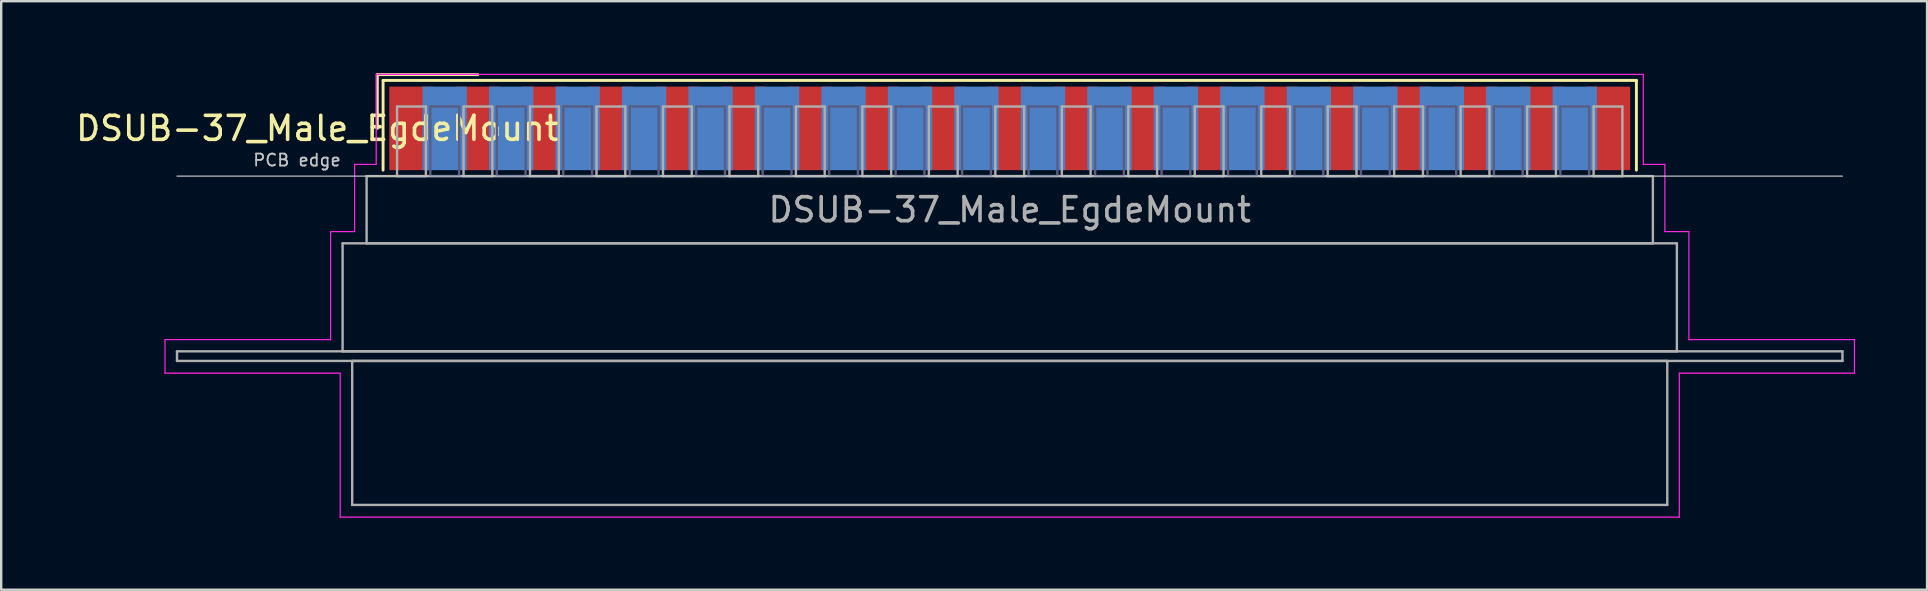
<source format=kicad_pcb>
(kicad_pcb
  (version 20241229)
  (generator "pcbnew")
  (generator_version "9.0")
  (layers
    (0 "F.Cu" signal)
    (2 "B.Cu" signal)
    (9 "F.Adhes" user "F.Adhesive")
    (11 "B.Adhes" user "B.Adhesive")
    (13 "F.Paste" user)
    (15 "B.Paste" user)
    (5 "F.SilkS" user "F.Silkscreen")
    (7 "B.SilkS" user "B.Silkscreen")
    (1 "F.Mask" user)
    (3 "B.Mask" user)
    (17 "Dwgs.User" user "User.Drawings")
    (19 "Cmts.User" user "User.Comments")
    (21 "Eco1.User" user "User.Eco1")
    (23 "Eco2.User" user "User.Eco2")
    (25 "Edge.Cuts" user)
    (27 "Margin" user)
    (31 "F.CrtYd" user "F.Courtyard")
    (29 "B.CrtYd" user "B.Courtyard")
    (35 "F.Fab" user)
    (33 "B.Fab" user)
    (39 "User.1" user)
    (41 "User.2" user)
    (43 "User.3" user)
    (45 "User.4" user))
  (footprint "DSUB-37_Male_EgdeMount"
    (layer "F.Cu")
    (at 39.026 2.3)
    (property "Reference" "DSUB-37_Male_EgdeMount" (at -28.853 0 0) (layer "F.SilkS") (effects (font (size 1 1) (thickness 0.15))))
    (attr smd)
    (fp_line (start -26.353 -2.24) (end -22.16 -2.24) (stroke (width 0.12) (type solid)) (layer "F.SilkS"))
    (fp_line (start -26.353 0) (end -26.353 -2.24) (stroke (width 0.12) (type solid)) (layer "F.SilkS"))
    (fp_line (start -26.113 -2) (end -26.113 1.74) (stroke (width 0.12) (type solid)) (layer "F.SilkS"))
    (fp_line (start 26.113 -2) (end -26.113 -2) (stroke (width 0.12) (type solid)) (layer "F.SilkS"))
    (fp_line (start 26.113 1.74) (end 26.113 -2) (stroke (width 0.12) (type solid)) (layer "F.SilkS"))
    (fp_line (start -34.7 1.99) (end 34.7 1.99) (stroke (width 0.05) (type solid)) (layer "Dwgs.User"))
    (fp_line (start -35.2 8.8) (end -28.3 8.8) (stroke (width 0.05) (type solid)) (layer "F.CrtYd"))
    (fp_line (start -35.2 10.2) (end -35.2 8.8) (stroke (width 0.05) (type solid)) (layer "F.CrtYd"))
    (fp_line (start -28.3 4.3) (end -27.3 4.3) (stroke (width 0.05) (type solid)) (layer "F.CrtYd"))
    (fp_line (start -28.3 8.8) (end -28.3 4.3) (stroke (width 0.05) (type solid)) (layer "F.CrtYd"))
    (fp_line (start -27.9 10.2) (end -35.2 10.2) (stroke (width 0.05) (type solid)) (layer "F.CrtYd"))
    (fp_line (start -27.9 16.2) (end -27.9 10.2) (stroke (width 0.05) (type solid)) (layer "F.CrtYd"))
    (fp_line (start -27.3 1.5) (end -26.4 1.5) (stroke (width 0.05) (type solid)) (layer "F.CrtYd"))
    (fp_line (start -27.3 4.3) (end -27.3 1.5) (stroke (width 0.05) (type solid)) (layer "F.CrtYd"))
    (fp_line (start -26.4 -2.25) (end 26.4 -2.25) (stroke (width 0.05) (type solid)) (layer "F.CrtYd"))
    (fp_line (start -26.4 1.5) (end -26.4 -2.25) (stroke (width 0.05) (type solid)) (layer "F.CrtYd"))
    (fp_line (start 26.4 -2.25) (end 26.4 1.5) (stroke (width 0.05) (type solid)) (layer "F.CrtYd"))
    (fp_line (start 26.4 1.5) (end 27.3 1.5) (stroke (width 0.05) (type solid)) (layer "F.CrtYd"))
    (fp_line (start 27.3 1.5) (end 27.3 4.3) (stroke (width 0.05) (type solid)) (layer "F.CrtYd"))
    (fp_line (start 27.3 4.3) (end 28.3 4.3) (stroke (width 0.05) (type solid)) (layer "F.CrtYd"))
    (fp_line (start 27.9 10.2) (end 27.9 16.2) (stroke (width 0.05) (type solid)) (layer "F.CrtYd"))
    (fp_line (start 27.9 16.2) (end -27.9 16.2) (stroke (width 0.05) (type solid)) (layer "F.CrtYd"))
    (fp_line (start 28.3 4.3) (end 28.3 8.8) (stroke (width 0.05) (type solid)) (layer "F.CrtYd"))
    (fp_line (start 28.3 8.8) (end 35.2 8.8) (stroke (width 0.05) (type solid)) (layer "F.CrtYd"))
    (fp_line (start 35.2 8.8) (end 35.2 10.2) (stroke (width 0.05) (type solid)) (layer "F.CrtYd"))
    (fp_line (start 35.2 10.2) (end 27.9 10.2) (stroke (width 0.05) (type solid)) (layer "F.CrtYd"))
    (fp_line (start -24.145 -0.91) (end -24.145 1.99) (stroke (width 0.1) (type solid)) (layer "B.Fab"))
    (fp_line (start -24.145 1.99) (end -22.945 1.99) (stroke (width 0.1) (type solid)) (layer "B.Fab"))
    (fp_line (start -22.945 -0.91) (end -24.145 -0.91) (stroke (width 0.1) (type solid)) (layer "B.Fab"))
    (fp_line (start -22.945 1.99) (end -22.945 -0.91) (stroke (width 0.1) (type solid)) (layer "B.Fab"))
    (fp_line (start -21.375 -0.91) (end -21.375 1.99) (stroke (width 0.1) (type solid)) (layer "B.Fab"))
    (fp_line (start -21.375 1.99) (end -20.175 1.99) (stroke (width 0.1) (type solid)) (layer "B.Fab"))
    (fp_line (start -20.175 -0.91) (end -21.375 -0.91) (stroke (width 0.1) (type solid)) (layer "B.Fab"))
    (fp_line (start -20.175 1.99) (end -20.175 -0.91) (stroke (width 0.1) (type solid)) (layer "B.Fab"))
    (fp_line (start -18.605 -0.91) (end -18.605 1.99) (stroke (width 0.1) (type solid)) (layer "B.Fab"))
    (fp_line (start -18.605 1.99) (end -17.405 1.99) (stroke (width 0.1) (type solid)) (layer "B.Fab"))
    (fp_line (start -17.405 -0.91) (end -18.605 -0.91) (stroke (width 0.1) (type solid)) (layer "B.Fab"))
    (fp_line (start -17.405 1.99) (end -17.405 -0.91) (stroke (width 0.1) (type solid)) (layer "B.Fab"))
    (fp_line (start -15.835 -0.91) (end -15.835 1.99) (stroke (width 0.1) (type solid)) (layer "B.Fab"))
    (fp_line (start -15.835 1.99) (end -14.635 1.99) (stroke (width 0.1) (type solid)) (layer "B.Fab"))
    (fp_line (start -14.635 -0.91) (end -15.835 -0.91) (stroke (width 0.1) (type solid)) (layer "B.Fab"))
    (fp_line (start -14.635 1.99) (end -14.635 -0.91) (stroke (width 0.1) (type solid)) (layer "B.Fab"))
    (fp_line (start -13.065 -0.91) (end -13.065 1.99) (stroke (width 0.1) (type solid)) (layer "B.Fab"))
    (fp_line (start -13.065 1.99) (end -11.865 1.99) (stroke (width 0.1) (type solid)) (layer "B.Fab"))
    (fp_line (start -11.865 -0.91) (end -13.065 -0.91) (stroke (width 0.1) (type solid)) (layer "B.Fab"))
    (fp_line (start -11.865 1.99) (end -11.865 -0.91) (stroke (width 0.1) (type solid)) (layer "B.Fab"))
    (fp_line (start -10.295 -0.91) (end -10.295 1.99) (stroke (width 0.1) (type solid)) (layer "B.Fab"))
    (fp_line (start -10.295 1.99) (end -9.095 1.99) (stroke (width 0.1) (type solid)) (layer "B.Fab"))
    (fp_line (start -9.095 -0.91) (end -10.295 -0.91) (stroke (width 0.1) (type solid)) (layer "B.Fab"))
    (fp_line (start -9.095 1.99) (end -9.095 -0.91) (stroke (width 0.1) (type solid)) (layer "B.Fab"))
    (fp_line (start -7.525 -0.91) (end -7.525 1.99) (stroke (width 0.1) (type solid)) (layer "B.Fab"))
    (fp_line (start -7.525 1.99) (end -6.325 1.99) (stroke (width 0.1) (type solid)) (layer "B.Fab"))
    (fp_line (start -6.325 -0.91) (end -7.525 -0.91) (stroke (width 0.1) (type solid)) (layer "B.Fab"))
    (fp_line (start -6.325 1.99) (end -6.325 -0.91) (stroke (width 0.1) (type solid)) (layer "B.Fab"))
    (fp_line (start -4.755 -0.91) (end -4.755 1.99) (stroke (width 0.1) (type solid)) (layer "B.Fab"))
    (fp_line (start -4.755 1.99) (end -3.555 1.99) (stroke (width 0.1) (type solid)) (layer "B.Fab"))
    (fp_line (start -3.555 -0.91) (end -4.755 -0.91) (stroke (width 0.1) (type solid)) (layer "B.Fab"))
    (fp_line (start -3.555 1.99) (end -3.555 -0.91) (stroke (width 0.1) (type solid)) (layer "B.Fab"))
    (fp_line (start -1.985 -0.91) (end -1.985 1.99) (stroke (width 0.1) (type solid)) (layer "B.Fab"))
    (fp_line (start -1.985 1.99) (end -0.785 1.99) (stroke (width 0.1) (type solid)) (layer "B.Fab"))
    (fp_line (start -0.785 -0.91) (end -1.985 -0.91) (stroke (width 0.1) (type solid)) (layer "B.Fab"))
    (fp_line (start -0.785 1.99) (end -0.785 -0.91) (stroke (width 0.1) (type solid)) (layer "B.Fab"))
    (fp_line (start 0.785 -0.91) (end 0.785 1.99) (stroke (width 0.1) (type solid)) (layer "B.Fab"))
    (fp_line (start 0.785 1.99) (end 1.985 1.99) (stroke (width 0.1) (type solid)) (layer "B.Fab"))
    (fp_line (start 1.985 -0.91) (end 0.785 -0.91) (stroke (width 0.1) (type solid)) (layer "B.Fab"))
    (fp_line (start 1.985 1.99) (end 1.985 -0.91) (stroke (width 0.1) (type solid)) (layer "B.Fab"))
    (fp_line (start 3.555 -0.91) (end 3.555 1.99) (stroke (width 0.1) (type solid)) (layer "B.Fab"))
    (fp_line (start 3.555 1.99) (end 4.755 1.99) (stroke (width 0.1) (type solid)) (layer "B.Fab"))
    (fp_line (start 4.755 -0.91) (end 3.555 -0.91) (stroke (width 0.1) (type solid)) (layer "B.Fab"))
    (fp_line (start 4.755 1.99) (end 4.755 -0.91) (stroke (width 0.1) (type solid)) (layer "B.Fab"))
    (fp_line (start 6.325 -0.91) (end 6.325 1.99) (stroke (width 0.1) (type solid)) (layer "B.Fab"))
    (fp_line (start 6.325 1.99) (end 7.525 1.99) (stroke (width 0.1) (type solid)) (layer "B.Fab"))
    (fp_line (start 7.525 -0.91) (end 6.325 -0.91) (stroke (width 0.1) (type solid)) (layer "B.Fab"))
    (fp_line (start 7.525 1.99) (end 7.525 -0.91) (stroke (width 0.1) (type solid)) (layer "B.Fab"))
    (fp_line (start 9.095 -0.91) (end 9.095 1.99) (stroke (width 0.1) (type solid)) (layer "B.Fab"))
    (fp_line (start 9.095 1.99) (end 10.295 1.99) (stroke (width 0.1) (type solid)) (layer "B.Fab"))
    (fp_line (start 10.295 -0.91) (end 9.095 -0.91) (stroke (width 0.1) (type solid)) (layer "B.Fab"))
    (fp_line (start 10.295 1.99) (end 10.295 -0.91) (stroke (width 0.1) (type solid)) (layer "B.Fab"))
    (fp_line (start 11.865 -0.91) (end 11.865 1.99) (stroke (width 0.1) (type solid)) (layer "B.Fab"))
    (fp_line (start 11.865 1.99) (end 13.065 1.99) (stroke (width 0.1) (type solid)) (layer "B.Fab"))
    (fp_line (start 13.065 -0.91) (end 11.865 -0.91) (stroke (width 0.1) (type solid)) (layer "B.Fab"))
    (fp_line (start 13.065 1.99) (end 13.065 -0.91) (stroke (width 0.1) (type solid)) (layer "B.Fab"))
    (fp_line (start 14.635 -0.91) (end 14.635 1.99) (stroke (width 0.1) (type solid)) (layer "B.Fab"))
    (fp_line (start 14.635 1.99) (end 15.835 1.99) (stroke (width 0.1) (type solid)) (layer "B.Fab"))
    (fp_line (start 15.835 -0.91) (end 14.635 -0.91) (stroke (width 0.1) (type solid)) (layer "B.Fab"))
    (fp_line (start 15.835 1.99) (end 15.835 -0.91) (stroke (width 0.1) (type solid)) (layer "B.Fab"))
    (fp_line (start 17.405 -0.91) (end 17.405 1.99) (stroke (width 0.1) (type solid)) (layer "B.Fab"))
    (fp_line (start 17.405 1.99) (end 18.605 1.99) (stroke (width 0.1) (type solid)) (layer "B.Fab"))
    (fp_line (start 18.605 -0.91) (end 17.405 -0.91) (stroke (width 0.1) (type solid)) (layer "B.Fab"))
    (fp_line (start 18.605 1.99) (end 18.605 -0.91) (stroke (width 0.1) (type solid)) (layer "B.Fab"))
    (fp_line (start 20.175 -0.91) (end 20.175 1.99) (stroke (width 0.1) (type solid)) (layer "B.Fab"))
    (fp_line (start 20.175 1.99) (end 21.375 1.99) (stroke (width 0.1) (type solid)) (layer "B.Fab"))
    (fp_line (start 21.375 -0.91) (end 20.175 -0.91) (stroke (width 0.1) (type solid)) (layer "B.Fab"))
    (fp_line (start 21.375 1.99) (end 21.375 -0.91) (stroke (width 0.1) (type solid)) (layer "B.Fab"))
    (fp_line (start 22.945 -0.91) (end 22.945 1.99) (stroke (width 0.1) (type solid)) (layer "B.Fab"))
    (fp_line (start 22.945 1.99) (end 24.145 1.99) (stroke (width 0.1) (type solid)) (layer "B.Fab"))
    (fp_line (start 24.145 -0.91) (end 22.945 -0.91) (stroke (width 0.1) (type solid)) (layer "B.Fab"))
    (fp_line (start 24.145 1.99) (end 24.145 -0.91) (stroke (width 0.1) (type solid)) (layer "B.Fab"))
    (fp_line (start -34.7 9.29) (end -34.7 9.69) (stroke (width 0.1) (type solid)) (layer "F.Fab"))
    (fp_line (start -34.7 9.69) (end 34.7 9.69) (stroke (width 0.1) (type solid)) (layer "F.Fab"))
    (fp_line (start -27.8 4.79) (end -27.8 9.29) (stroke (width 0.1) (type solid)) (layer "F.Fab"))
    (fp_line (start -27.8 9.29) (end 27.8 9.29) (stroke (width 0.1) (type solid)) (layer "F.Fab"))
    (fp_line (start -27.4 9.69) (end -27.4 15.69) (stroke (width 0.1) (type solid)) (layer "F.Fab"))
    (fp_line (start -27.4 15.69) (end 27.4 15.69) (stroke (width 0.1) (type solid)) (layer "F.Fab"))
    (fp_line (start -26.8 1.99) (end -26.8 4.79) (stroke (width 0.1) (type solid)) (layer "F.Fab"))
    (fp_line (start -26.8 4.79) (end 26.8 4.79) (stroke (width 0.1) (type solid)) (layer "F.Fab"))
    (fp_line (start -25.53 -0.91) (end -25.53 1.99) (stroke (width 0.1) (type solid)) (layer "F.Fab"))
    (fp_line (start -25.53 1.99) (end -24.33 1.99) (stroke (width 0.1) (type solid)) (layer "F.Fab"))
    (fp_line (start -24.33 -0.91) (end -25.53 -0.91) (stroke (width 0.1) (type solid)) (layer "F.Fab"))
    (fp_line (start -24.33 1.99) (end -24.33 -0.91) (stroke (width 0.1) (type solid)) (layer "F.Fab"))
    (fp_line (start -22.76 -0.91) (end -22.76 1.99) (stroke (width 0.1) (type solid)) (layer "F.Fab"))
    (fp_line (start -22.76 1.99) (end -21.56 1.99) (stroke (width 0.1) (type solid)) (layer "F.Fab"))
    (fp_line (start -21.56 -0.91) (end -22.76 -0.91) (stroke (width 0.1) (type solid)) (layer "F.Fab"))
    (fp_line (start -21.56 1.99) (end -21.56 -0.91) (stroke (width 0.1) (type solid)) (layer "F.Fab"))
    (fp_line (start -19.99 -0.91) (end -19.99 1.99) (stroke (width 0.1) (type solid)) (layer "F.Fab"))
    (fp_line (start -19.99 1.99) (end -18.79 1.99) (stroke (width 0.1) (type solid)) (layer "F.Fab"))
    (fp_line (start -18.79 -0.91) (end -19.99 -0.91) (stroke (width 0.1) (type solid)) (layer "F.Fab"))
    (fp_line (start -18.79 1.99) (end -18.79 -0.91) (stroke (width 0.1) (type solid)) (layer "F.Fab"))
    (fp_line (start -17.22 -0.91) (end -17.22 1.99) (stroke (width 0.1) (type solid)) (layer "F.Fab"))
    (fp_line (start -17.22 1.99) (end -16.02 1.99) (stroke (width 0.1) (type solid)) (layer "F.Fab"))
    (fp_line (start -16.02 -0.91) (end -17.22 -0.91) (stroke (width 0.1) (type solid)) (layer "F.Fab"))
    (fp_line (start -16.02 1.99) (end -16.02 -0.91) (stroke (width 0.1) (type solid)) (layer "F.Fab"))
    (fp_line (start -14.45 -0.91) (end -14.45 1.99) (stroke (width 0.1) (type solid)) (layer "F.Fab"))
    (fp_line (start -14.45 1.99) (end -13.25 1.99) (stroke (width 0.1) (type solid)) (layer "F.Fab"))
    (fp_line (start -13.25 -0.91) (end -14.45 -0.91) (stroke (width 0.1) (type solid)) (layer "F.Fab"))
    (fp_line (start -13.25 1.99) (end -13.25 -0.91) (stroke (width 0.1) (type solid)) (layer "F.Fab"))
    (fp_line (start -11.68 -0.91) (end -11.68 1.99) (stroke (width 0.1) (type solid)) (layer "F.Fab"))
    (fp_line (start -11.68 1.99) (end -10.48 1.99) (stroke (width 0.1) (type solid)) (layer "F.Fab"))
    (fp_line (start -10.48 -0.91) (end -11.68 -0.91) (stroke (width 0.1) (type solid)) (layer "F.Fab"))
    (fp_line (start -10.48 1.99) (end -10.48 -0.91) (stroke (width 0.1) (type solid)) (layer "F.Fab"))
    (fp_line (start -8.91 -0.91) (end -8.91 1.99) (stroke (width 0.1) (type solid)) (layer "F.Fab"))
    (fp_line (start -8.91 1.99) (end -7.71 1.99) (stroke (width 0.1) (type solid)) (layer "F.Fab"))
    (fp_line (start -7.71 -0.91) (end -8.91 -0.91) (stroke (width 0.1) (type solid)) (layer "F.Fab"))
    (fp_line (start -7.71 1.99) (end -7.71 -0.91) (stroke (width 0.1) (type solid)) (layer "F.Fab"))
    (fp_line (start -6.14 -0.91) (end -6.14 1.99) (stroke (width 0.1) (type solid)) (layer "F.Fab"))
    (fp_line (start -6.14 1.99) (end -4.94 1.99) (stroke (width 0.1) (type solid)) (layer "F.Fab"))
    (fp_line (start -4.94 -0.91) (end -6.14 -0.91) (stroke (width 0.1) (type solid)) (layer "F.Fab"))
    (fp_line (start -4.94 1.99) (end -4.94 -0.91) (stroke (width 0.1) (type solid)) (layer "F.Fab"))
    (fp_line (start -3.37 -0.91) (end -3.37 1.99) (stroke (width 0.1) (type solid)) (layer "F.Fab"))
    (fp_line (start -3.37 1.99) (end -2.17 1.99) (stroke (width 0.1) (type solid)) (layer "F.Fab"))
    (fp_line (start -2.17 -0.91) (end -3.37 -0.91) (stroke (width 0.1) (type solid)) (layer "F.Fab"))
    (fp_line (start -2.17 1.99) (end -2.17 -0.91) (stroke (width 0.1) (type solid)) (layer "F.Fab"))
    (fp_line (start -0.6 -0.91) (end -0.6 1.99) (stroke (width 0.1) (type solid)) (layer "F.Fab"))
    (fp_line (start -0.6 1.99) (end 0.6 1.99) (stroke (width 0.1) (type solid)) (layer "F.Fab"))
    (fp_line (start 0.6 -0.91) (end -0.6 -0.91) (stroke (width 0.1) (type solid)) (layer "F.Fab"))
    (fp_line (start 0.6 1.99) (end 0.6 -0.91) (stroke (width 0.1) (type solid)) (layer "F.Fab"))
    (fp_line (start 2.17 -0.91) (end 2.17 1.99) (stroke (width 0.1) (type solid)) (layer "F.Fab"))
    (fp_line (start 2.17 1.99) (end 3.37 1.99) (stroke (width 0.1) (type solid)) (layer "F.Fab"))
    (fp_line (start 3.37 -0.91) (end 2.17 -0.91) (stroke (width 0.1) (type solid)) (layer "F.Fab"))
    (fp_line (start 3.37 1.99) (end 3.37 -0.91) (stroke (width 0.1) (type solid)) (layer "F.Fab"))
    (fp_line (start 4.94 -0.91) (end 4.94 1.99) (stroke (width 0.1) (type solid)) (layer "F.Fab"))
    (fp_line (start 4.94 1.99) (end 6.14 1.99) (stroke (width 0.1) (type solid)) (layer "F.Fab"))
    (fp_line (start 6.14 -0.91) (end 4.94 -0.91) (stroke (width 0.1) (type solid)) (layer "F.Fab"))
    (fp_line (start 6.14 1.99) (end 6.14 -0.91) (stroke (width 0.1) (type solid)) (layer "F.Fab"))
    (fp_line (start 7.71 -0.91) (end 7.71 1.99) (stroke (width 0.1) (type solid)) (layer "F.Fab"))
    (fp_line (start 7.71 1.99) (end 8.91 1.99) (stroke (width 0.1) (type solid)) (layer "F.Fab"))
    (fp_line (start 8.91 -0.91) (end 7.71 -0.91) (stroke (width 0.1) (type solid)) (layer "F.Fab"))
    (fp_line (start 8.91 1.99) (end 8.91 -0.91) (stroke (width 0.1) (type solid)) (layer "F.Fab"))
    (fp_line (start 10.48 -0.91) (end 10.48 1.99) (stroke (width 0.1) (type solid)) (layer "F.Fab"))
    (fp_line (start 10.48 1.99) (end 11.68 1.99) (stroke (width 0.1) (type solid)) (layer "F.Fab"))
    (fp_line (start 11.68 -0.91) (end 10.48 -0.91) (stroke (width 0.1) (type solid)) (layer "F.Fab"))
    (fp_line (start 11.68 1.99) (end 11.68 -0.91) (stroke (width 0.1) (type solid)) (layer "F.Fab"))
    (fp_line (start 13.25 -0.91) (end 13.25 1.99) (stroke (width 0.1) (type solid)) (layer "F.Fab"))
    (fp_line (start 13.25 1.99) (end 14.45 1.99) (stroke (width 0.1) (type solid)) (layer "F.Fab"))
    (fp_line (start 14.45 -0.91) (end 13.25 -0.91) (stroke (width 0.1) (type solid)) (layer "F.Fab"))
    (fp_line (start 14.45 1.99) (end 14.45 -0.91) (stroke (width 0.1) (type solid)) (layer "F.Fab"))
    (fp_line (start 16.02 -0.91) (end 16.02 1.99) (stroke (width 0.1) (type solid)) (layer "F.Fab"))
    (fp_line (start 16.02 1.99) (end 17.22 1.99) (stroke (width 0.1) (type solid)) (layer "F.Fab"))
    (fp_line (start 17.22 -0.91) (end 16.02 -0.91) (stroke (width 0.1) (type solid)) (layer "F.Fab"))
    (fp_line (start 17.22 1.99) (end 17.22 -0.91) (stroke (width 0.1) (type solid)) (layer "F.Fab"))
    (fp_line (start 18.79 -0.91) (end 18.79 1.99) (stroke (width 0.1) (type solid)) (layer "F.Fab"))
    (fp_line (start 18.79 1.99) (end 19.99 1.99) (stroke (width 0.1) (type solid)) (layer "F.Fab"))
    (fp_line (start 19.99 -0.91) (end 18.79 -0.91) (stroke (width 0.1) (type solid)) (layer "F.Fab"))
    (fp_line (start 19.99 1.99) (end 19.99 -0.91) (stroke (width 0.1) (type solid)) (layer "F.Fab"))
    (fp_line (start 21.56 -0.91) (end 21.56 1.99) (stroke (width 0.1) (type solid)) (layer "F.Fab"))
    (fp_line (start 21.56 1.99) (end 22.76 1.99) (stroke (width 0.1) (type solid)) (layer "F.Fab"))
    (fp_line (start 22.76 -0.91) (end 21.56 -0.91) (stroke (width 0.1) (type solid)) (layer "F.Fab"))
    (fp_line (start 22.76 1.99) (end 22.76 -0.91) (stroke (width 0.1) (type solid)) (layer "F.Fab"))
    (fp_line (start 24.33 -0.91) (end 24.33 1.99) (stroke (width 0.1) (type solid)) (layer "F.Fab"))
    (fp_line (start 24.33 1.99) (end 25.53 1.99) (stroke (width 0.1) (type solid)) (layer "F.Fab"))
    (fp_line (start 25.53 -0.91) (end 24.33 -0.91) (stroke (width 0.1) (type solid)) (layer "F.Fab"))
    (fp_line (start 25.53 1.99) (end 25.53 -0.91) (stroke (width 0.1) (type solid)) (layer "F.Fab"))
    (fp_line (start 26.8 1.99) (end -26.8 1.99) (stroke (width 0.1) (type solid)) (layer "F.Fab"))
    (fp_line (start 26.8 4.79) (end 26.8 1.99) (stroke (width 0.1) (type solid)) (layer "F.Fab"))
    (fp_line (start 27.4 9.69) (end -27.4 9.69) (stroke (width 0.1) (type solid)) (layer "F.Fab"))
    (fp_line (start 27.4 15.69) (end 27.4 9.69) (stroke (width 0.1) (type solid)) (layer "F.Fab"))
    (fp_line (start 27.8 4.79) (end -27.8 4.79) (stroke (width 0.1) (type solid)) (layer "F.Fab"))
    (fp_line (start 27.8 9.29) (end 27.8 4.79) (stroke (width 0.1) (type solid)) (layer "F.Fab"))
    (fp_line (start 34.7 9.29) (end -34.7 9.29) (stroke (width 0.1) (type solid)) (layer "F.Fab"))
    (fp_line (start 34.7 9.69) (end 34.7 9.29) (stroke (width 0.1) (type solid)) (layer "F.Fab"))
    (fp_text user "PCB edge" (at -29.7 1.323 0) (layer "Dwgs.User") (effects (font (size 0.5 0.5) (thickness 0.075))))
    (fp_text user "${REFERENCE}" (at 0 3.39 0) (layer "F.Fab") (effects (font (size 1 1) (thickness 0.15))))
    (pad "1" smd rect (at -24.93 0) (size 1.847 3.48) (layers "F.Cu" "F.Mask" "F.Paste"))
    (pad "2" smd rect (at -22.16 0) (size 1.847 3.48) (layers "F.Cu" "F.Mask" "F.Paste"))
    (pad "3" smd rect (at -19.39 0) (size 1.847 3.48) (layers "F.Cu" "F.Mask" "F.Paste"))
    (pad "4" smd rect (at -16.62 0) (size 1.847 3.48) (layers "F.Cu" "F.Mask" "F.Paste"))
    (pad "5" smd rect (at -13.85 0) (size 1.847 3.48) (layers "F.Cu" "F.Mask" "F.Paste"))
    (pad "6" smd rect (at -11.08 0) (size 1.847 3.48) (layers "F.Cu" "F.Mask" "F.Paste"))
    (pad "7" smd rect (at -8.31 0) (size 1.847 3.48) (layers "F.Cu" "F.Mask" "F.Paste"))
    (pad "8" smd rect (at -5.54 0) (size 1.847 3.48) (layers "F.Cu" "F.Mask" "F.Paste"))
    (pad "9" smd rect (at -2.77 0) (size 1.847 3.48) (layers "F.Cu" "F.Mask" "F.Paste"))
    (pad "10" smd rect (at 0 0) (size 1.847 3.48) (layers "F.Cu" "F.Mask" "F.Paste"))
    (pad "11" smd rect (at 2.77 0) (size 1.847 3.48) (layers "F.Cu" "F.Mask" "F.Paste"))
    (pad "12" smd rect (at 5.54 0) (size 1.847 3.48) (layers "F.Cu" "F.Mask" "F.Paste"))
    (pad "13" smd rect (at 8.31 0) (size 1.847 3.48) (layers "F.Cu" "F.Mask" "F.Paste"))
    (pad "14" smd rect (at 11.08 0) (size 1.847 3.48) (layers "F.Cu" "F.Mask" "F.Paste"))
    (pad "15" smd rect (at 13.85 0) (size 1.847 3.48) (layers "F.Cu" "F.Mask" "F.Paste"))
    (pad "16" smd rect (at 16.62 0) (size 1.847 3.48) (layers "F.Cu" "F.Mask" "F.Paste"))
    (pad "17" smd rect (at 19.39 0) (size 1.847 3.48) (layers "F.Cu" "F.Mask" "F.Paste"))
    (pad "18" smd rect (at 22.16 0) (size 1.847 3.48) (layers "F.Cu" "F.Mask" "F.Paste"))
    (pad "19" smd rect (at 24.93 0) (size 1.847 3.48) (layers "F.Cu" "F.Mask" "F.Paste"))
    (pad "20" smd rect (at -23.545 0) (size 1.847 3.48) (layers "B.Cu" "B.Mask" "B.Paste"))
    (pad "21" smd rect (at -20.775 0) (size 1.847 3.48) (layers "B.Cu" "B.Mask" "B.Paste"))
    (pad "22" smd rect (at -18.005 0) (size 1.847 3.48) (layers "B.Cu" "B.Mask" "B.Paste"))
    (pad "23" smd rect (at -15.235 0) (size 1.847 3.48) (layers "B.Cu" "B.Mask" "B.Paste"))
    (pad "24" smd rect (at -12.465 0) (size 1.847 3.48) (layers "B.Cu" "B.Mask" "B.Paste"))
    (pad "25" smd rect (at -9.695 0) (size 1.847 3.48) (layers "B.Cu" "B.Mask" "B.Paste"))
    (pad "26" smd rect (at -6.925 0) (size 1.847 3.48) (layers "B.Cu" "B.Mask" "B.Paste"))
    (pad "27" smd rect (at -4.155 0) (size 1.847 3.48) (layers "B.Cu" "B.Mask" "B.Paste"))
    (pad "28" smd rect (at -1.385 0) (size 1.847 3.48) (layers "B.Cu" "B.Mask" "B.Paste"))
    (pad "29" smd rect (at 1.385 0) (size 1.847 3.48) (layers "B.Cu" "B.Mask" "B.Paste"))
    (pad "30" smd rect (at 4.155 0) (size 1.847 3.48) (layers "B.Cu" "B.Mask" "B.Paste"))
    (pad "31" smd rect (at 6.925 0) (size 1.847 3.48) (layers "B.Cu" "B.Mask" "B.Paste"))
    (pad "32" smd rect (at 9.695 0) (size 1.847 3.48) (layers "B.Cu" "B.Mask" "B.Paste"))
    (pad "33" smd rect (at 12.465 0) (size 1.847 3.48) (layers "B.Cu" "B.Mask" "B.Paste"))
    (pad "34" smd rect (at 15.235 0) (size 1.847 3.48) (layers "B.Cu" "B.Mask" "B.Paste"))
    (pad "35" smd rect (at 18.005 0) (size 1.847 3.48) (layers "B.Cu" "B.Mask" "B.Paste"))
    (pad "36" smd rect (at 20.775 0) (size 1.847 3.48) (layers "B.Cu" "B.Mask" "B.Paste"))
    (pad "37" smd rect (at 23.545 0) (size 1.847 3.48) (layers "B.Cu" "B.Mask" "B.Paste")))
  (gr_rect
    (start -3 -3)
    (end 77.251 21.525)
    (stroke (width 0.1) (type default))
    (fill no)
    (layer "Edge.Cuts")))
</source>
